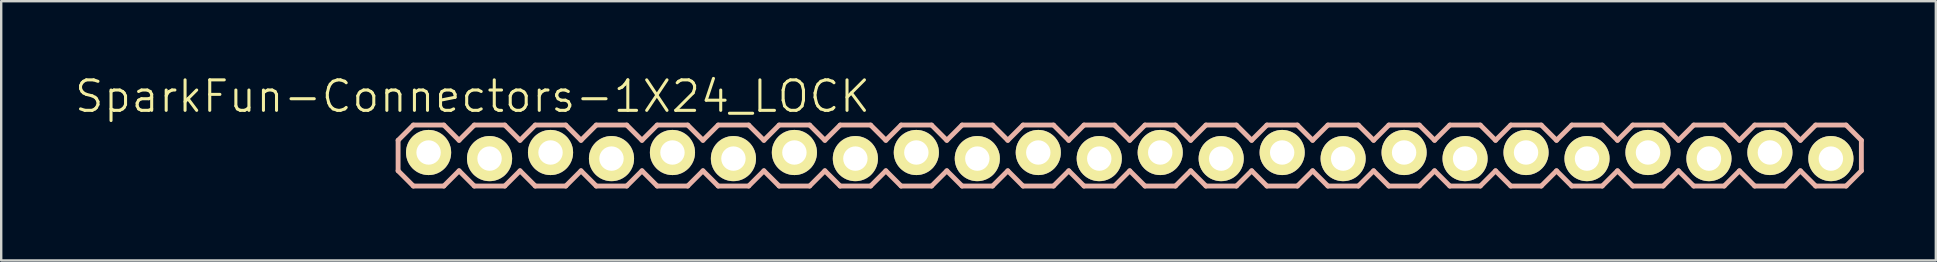
<source format=kicad_pcb>
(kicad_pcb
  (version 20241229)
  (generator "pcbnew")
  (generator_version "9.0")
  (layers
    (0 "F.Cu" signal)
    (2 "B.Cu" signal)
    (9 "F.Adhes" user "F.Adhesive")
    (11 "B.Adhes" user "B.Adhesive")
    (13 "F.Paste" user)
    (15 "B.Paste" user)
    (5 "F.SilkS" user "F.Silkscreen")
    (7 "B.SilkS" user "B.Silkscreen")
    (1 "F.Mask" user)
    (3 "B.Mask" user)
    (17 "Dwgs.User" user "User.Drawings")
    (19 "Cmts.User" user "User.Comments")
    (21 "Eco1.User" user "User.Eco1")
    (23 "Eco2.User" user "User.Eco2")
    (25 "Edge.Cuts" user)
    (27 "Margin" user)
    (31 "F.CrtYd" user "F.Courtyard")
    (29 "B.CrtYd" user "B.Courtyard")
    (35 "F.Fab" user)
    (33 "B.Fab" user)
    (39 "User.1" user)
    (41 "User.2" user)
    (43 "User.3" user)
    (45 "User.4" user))
  (footprint "SparkFun-Connectors-1X24_LOCK"
    (layer "F.Cu")
    (at 41.475 3.43)
    (property "Reference" "SparkFun-Connectors-1X24_LOCK" (at -24.841 -2.464 0) (layer "F.SilkS") (effects (font (size 1.27 1.27) (thickness 0.127))))
    (attr exclude_from_pos_files exclude_from_bom)
    (fp_line (start -26.924 -0.254) (end -26.416 -0.254) (stroke (width 0.066) (type solid)) (layer "F.SilkS"))
    (fp_line (start -26.924 0.254) (end -26.924 -0.254) (stroke (width 0.066) (type solid)) (layer "F.SilkS"))
    (fp_line (start -26.924 0.254) (end -26.416 0.254) (stroke (width 0.066) (type solid)) (layer "F.SilkS"))
    (fp_line (start -26.416 0.254) (end -26.416 -0.254) (stroke (width 0.066) (type solid)) (layer "F.SilkS"))
    (fp_line (start -24.384 -0.254) (end -23.876 -0.254) (stroke (width 0.066) (type solid)) (layer "F.SilkS"))
    (fp_line (start -24.384 0.254) (end -24.384 -0.254) (stroke (width 0.066) (type solid)) (layer "F.SilkS"))
    (fp_line (start -24.384 0.254) (end -23.876 0.254) (stroke (width 0.066) (type solid)) (layer "F.SilkS"))
    (fp_line (start -23.876 0.254) (end -23.876 -0.254) (stroke (width 0.066) (type solid)) (layer "F.SilkS"))
    (fp_line (start -21.844 -0.254) (end -21.336 -0.254) (stroke (width 0.066) (type solid)) (layer "F.SilkS"))
    (fp_line (start -21.844 0.254) (end -21.844 -0.254) (stroke (width 0.066) (type solid)) (layer "F.SilkS"))
    (fp_line (start -21.844 0.254) (end -21.336 0.254) (stroke (width 0.066) (type solid)) (layer "F.SilkS"))
    (fp_line (start -21.336 0.254) (end -21.336 -0.254) (stroke (width 0.066) (type solid)) (layer "F.SilkS"))
    (fp_line (start -19.304 -0.254) (end -18.796 -0.254) (stroke (width 0.066) (type solid)) (layer "F.SilkS"))
    (fp_line (start -19.304 0.254) (end -19.304 -0.254) (stroke (width 0.066) (type solid)) (layer "F.SilkS"))
    (fp_line (start -19.304 0.254) (end -18.796 0.254) (stroke (width 0.066) (type solid)) (layer "F.SilkS"))
    (fp_line (start -18.796 0.254) (end -18.796 -0.254) (stroke (width 0.066) (type solid)) (layer "F.SilkS"))
    (fp_line (start -16.764 -0.254) (end -16.256 -0.254) (stroke (width 0.066) (type solid)) (layer "F.SilkS"))
    (fp_line (start -16.764 0.254) (end -16.764 -0.254) (stroke (width 0.066) (type solid)) (layer "F.SilkS"))
    (fp_line (start -16.764 0.254) (end -16.256 0.254) (stroke (width 0.066) (type solid)) (layer "F.SilkS"))
    (fp_line (start -16.256 0.254) (end -16.256 -0.254) (stroke (width 0.066) (type solid)) (layer "F.SilkS"))
    (fp_line (start -14.224 -0.254) (end -13.716 -0.254) (stroke (width 0.066) (type solid)) (layer "F.SilkS"))
    (fp_line (start -14.224 0.254) (end -14.224 -0.254) (stroke (width 0.066) (type solid)) (layer "F.SilkS"))
    (fp_line (start -14.224 0.254) (end -13.716 0.254) (stroke (width 0.066) (type solid)) (layer "F.SilkS"))
    (fp_line (start -13.716 0.254) (end -13.716 -0.254) (stroke (width 0.066) (type solid)) (layer "F.SilkS"))
    (fp_line (start -11.684 -0.254) (end -11.176 -0.254) (stroke (width 0.066) (type solid)) (layer "F.SilkS"))
    (fp_line (start -11.684 0.254) (end -11.684 -0.254) (stroke (width 0.066) (type solid)) (layer "F.SilkS"))
    (fp_line (start -11.684 0.254) (end -11.176 0.254) (stroke (width 0.066) (type solid)) (layer "F.SilkS"))
    (fp_line (start -11.176 0.254) (end -11.176 -0.254) (stroke (width 0.066) (type solid)) (layer "F.SilkS"))
    (fp_line (start -9.144 -0.254) (end -8.636 -0.254) (stroke (width 0.066) (type solid)) (layer "F.SilkS"))
    (fp_line (start -9.144 0.254) (end -9.144 -0.254) (stroke (width 0.066) (type solid)) (layer "F.SilkS"))
    (fp_line (start -9.144 0.254) (end -8.636 0.254) (stroke (width 0.066) (type solid)) (layer "F.SilkS"))
    (fp_line (start -8.636 0.254) (end -8.636 -0.254) (stroke (width 0.066) (type solid)) (layer "F.SilkS"))
    (fp_line (start -6.604 -0.254) (end -6.096 -0.254) (stroke (width 0.066) (type solid)) (layer "F.SilkS"))
    (fp_line (start -6.604 0.254) (end -6.604 -0.254) (stroke (width 0.066) (type solid)) (layer "F.SilkS"))
    (fp_line (start -6.604 0.254) (end -6.096 0.254) (stroke (width 0.066) (type solid)) (layer "F.SilkS"))
    (fp_line (start -6.096 0.254) (end -6.096 -0.254) (stroke (width 0.066) (type solid)) (layer "F.SilkS"))
    (fp_line (start -4.064 -0.254) (end -3.556 -0.254) (stroke (width 0.066) (type solid)) (layer "F.SilkS"))
    (fp_line (start -4.064 0.254) (end -4.064 -0.254) (stroke (width 0.066) (type solid)) (layer "F.SilkS"))
    (fp_line (start -4.064 0.254) (end -3.556 0.254) (stroke (width 0.066) (type solid)) (layer "F.SilkS"))
    (fp_line (start -3.556 0.254) (end -3.556 -0.254) (stroke (width 0.066) (type solid)) (layer "F.SilkS"))
    (fp_line (start -1.524 -0.254) (end -1.016 -0.254) (stroke (width 0.066) (type solid)) (layer "F.SilkS"))
    (fp_line (start -1.524 0.254) (end -1.524 -0.254) (stroke (width 0.066) (type solid)) (layer "F.SilkS"))
    (fp_line (start -1.524 0.254) (end -1.016 0.254) (stroke (width 0.066) (type solid)) (layer "F.SilkS"))
    (fp_line (start -1.016 0.254) (end -1.016 -0.254) (stroke (width 0.066) (type solid)) (layer "F.SilkS"))
    (fp_line (start 1.016 -0.254) (end 1.524 -0.254) (stroke (width 0.066) (type solid)) (layer "F.SilkS"))
    (fp_line (start 1.016 0.254) (end 1.016 -0.254) (stroke (width 0.066) (type solid)) (layer "F.SilkS"))
    (fp_line (start 1.016 0.254) (end 1.524 0.254) (stroke (width 0.066) (type solid)) (layer "F.SilkS"))
    (fp_line (start 1.524 0.254) (end 1.524 -0.254) (stroke (width 0.066) (type solid)) (layer "F.SilkS"))
    (fp_line (start 3.556 -0.254) (end 4.064 -0.254) (stroke (width 0.066) (type solid)) (layer "F.SilkS"))
    (fp_line (start 3.556 0.254) (end 3.556 -0.254) (stroke (width 0.066) (type solid)) (layer "F.SilkS"))
    (fp_line (start 3.556 0.254) (end 4.064 0.254) (stroke (width 0.066) (type solid)) (layer "F.SilkS"))
    (fp_line (start 4.064 0.254) (end 4.064 -0.254) (stroke (width 0.066) (type solid)) (layer "F.SilkS"))
    (fp_line (start 6.096 -0.254) (end 6.604 -0.254) (stroke (width 0.066) (type solid)) (layer "F.SilkS"))
    (fp_line (start 6.096 0.254) (end 6.096 -0.254) (stroke (width 0.066) (type solid)) (layer "F.SilkS"))
    (fp_line (start 6.096 0.254) (end 6.604 0.254) (stroke (width 0.066) (type solid)) (layer "F.SilkS"))
    (fp_line (start 6.604 0.254) (end 6.604 -0.254) (stroke (width 0.066) (type solid)) (layer "F.SilkS"))
    (fp_line (start 8.636 -0.254) (end 9.144 -0.254) (stroke (width 0.066) (type solid)) (layer "F.SilkS"))
    (fp_line (start 8.636 0.254) (end 8.636 -0.254) (stroke (width 0.066) (type solid)) (layer "F.SilkS"))
    (fp_line (start 8.636 0.254) (end 9.144 0.254) (stroke (width 0.066) (type solid)) (layer "F.SilkS"))
    (fp_line (start 9.144 0.254) (end 9.144 -0.254) (stroke (width 0.066) (type solid)) (layer "F.SilkS"))
    (fp_line (start 11.176 -0.254) (end 11.684 -0.254) (stroke (width 0.066) (type solid)) (layer "F.SilkS"))
    (fp_line (start 11.176 0.254) (end 11.176 -0.254) (stroke (width 0.066) (type solid)) (layer "F.SilkS"))
    (fp_line (start 11.176 0.254) (end 11.684 0.254) (stroke (width 0.066) (type solid)) (layer "F.SilkS"))
    (fp_line (start 11.684 0.254) (end 11.684 -0.254) (stroke (width 0.066) (type solid)) (layer "F.SilkS"))
    (fp_line (start 13.716 -0.254) (end 14.224 -0.254) (stroke (width 0.066) (type solid)) (layer "F.SilkS"))
    (fp_line (start 13.716 0.254) (end 13.716 -0.254) (stroke (width 0.066) (type solid)) (layer "F.SilkS"))
    (fp_line (start 13.716 0.254) (end 14.224 0.254) (stroke (width 0.066) (type solid)) (layer "F.SilkS"))
    (fp_line (start 14.224 0.254) (end 14.224 -0.254) (stroke (width 0.066) (type solid)) (layer "F.SilkS"))
    (fp_line (start 16.256 -0.254) (end 16.764 -0.254) (stroke (width 0.066) (type solid)) (layer "F.SilkS"))
    (fp_line (start 16.256 0.254) (end 16.256 -0.254) (stroke (width 0.066) (type solid)) (layer "F.SilkS"))
    (fp_line (start 16.256 0.254) (end 16.764 0.254) (stroke (width 0.066) (type solid)) (layer "F.SilkS"))
    (fp_line (start 16.764 0.254) (end 16.764 -0.254) (stroke (width 0.066) (type solid)) (layer "F.SilkS"))
    (fp_line (start 18.796 -0.254) (end 19.304 -0.254) (stroke (width 0.066) (type solid)) (layer "F.SilkS"))
    (fp_line (start 18.796 0.254) (end 18.796 -0.254) (stroke (width 0.066) (type solid)) (layer "F.SilkS"))
    (fp_line (start 18.796 0.254) (end 19.304 0.254) (stroke (width 0.066) (type solid)) (layer "F.SilkS"))
    (fp_line (start 19.304 0.254) (end 19.304 -0.254) (stroke (width 0.066) (type solid)) (layer "F.SilkS"))
    (fp_line (start 21.336 -0.254) (end 21.844 -0.254) (stroke (width 0.066) (type solid)) (layer "F.SilkS"))
    (fp_line (start 21.336 0.254) (end 21.336 -0.254) (stroke (width 0.066) (type solid)) (layer "F.SilkS"))
    (fp_line (start 21.336 0.254) (end 21.844 0.254) (stroke (width 0.066) (type solid)) (layer "F.SilkS"))
    (fp_line (start 21.844 0.254) (end 21.844 -0.254) (stroke (width 0.066) (type solid)) (layer "F.SilkS"))
    (fp_line (start 23.876 -0.254) (end 24.384 -0.254) (stroke (width 0.066) (type solid)) (layer "F.SilkS"))
    (fp_line (start 23.876 0.254) (end 23.876 -0.254) (stroke (width 0.066) (type solid)) (layer "F.SilkS"))
    (fp_line (start 23.876 0.254) (end 24.384 0.254) (stroke (width 0.066) (type solid)) (layer "F.SilkS"))
    (fp_line (start 24.384 0.254) (end 24.384 -0.254) (stroke (width 0.066) (type solid)) (layer "F.SilkS"))
    (fp_line (start 26.416 -0.254) (end 26.924 -0.254) (stroke (width 0.066) (type solid)) (layer "F.SilkS"))
    (fp_line (start 26.416 0.254) (end 26.416 -0.254) (stroke (width 0.066) (type solid)) (layer "F.SilkS"))
    (fp_line (start 26.416 0.254) (end 26.924 0.254) (stroke (width 0.066) (type solid)) (layer "F.SilkS"))
    (fp_line (start 26.924 0.254) (end 26.924 -0.254) (stroke (width 0.066) (type solid)) (layer "F.SilkS"))
    (fp_line (start 28.953 -0.254) (end 29.464 -0.254) (stroke (width 0.066) (type solid)) (layer "F.SilkS"))
    (fp_line (start 28.953 0.254) (end 28.953 -0.254) (stroke (width 0.066) (type solid)) (layer "F.SilkS"))
    (fp_line (start 28.953 0.254) (end 29.464 0.254) (stroke (width 0.066) (type solid)) (layer "F.SilkS"))
    (fp_line (start 29.464 0.254) (end 29.464 -0.254) (stroke (width 0.066) (type solid)) (layer "F.SilkS"))
    (fp_line (start 31.496 -0.254) (end 32.004 -0.254) (stroke (width 0.066) (type solid)) (layer "F.SilkS"))
    (fp_line (start 31.496 0.254) (end 31.496 -0.254) (stroke (width 0.066) (type solid)) (layer "F.SilkS"))
    (fp_line (start 31.496 0.254) (end 32.004 0.254) (stroke (width 0.066) (type solid)) (layer "F.SilkS"))
    (fp_line (start 32.004 0.254) (end 32.004 -0.254) (stroke (width 0.066) (type solid)) (layer "F.SilkS"))
    (fp_line (start -27.94 -0.635) (end -27.94 0.635) (stroke (width 0.203) (type solid)) (layer "B.SilkS"))
    (fp_line (start -27.94 -0.635) (end -27.305 -1.27) (stroke (width 0.203) (type solid)) (layer "B.SilkS"))
    (fp_line (start -27.305 -1.27) (end -26.035 -1.27) (stroke (width 0.203) (type solid)) (layer "B.SilkS"))
    (fp_line (start -27.305 1.27) (end -27.94 0.635) (stroke (width 0.203) (type solid)) (layer "B.SilkS"))
    (fp_line (start -26.035 -1.27) (end -25.4 -0.635) (stroke (width 0.203) (type solid)) (layer "B.SilkS"))
    (fp_line (start -26.035 1.27) (end -27.305 1.27) (stroke (width 0.203) (type solid)) (layer "B.SilkS"))
    (fp_line (start -25.4 -0.635) (end -24.765 -1.27) (stroke (width 0.203) (type solid)) (layer "B.SilkS"))
    (fp_line (start -25.4 0.635) (end -26.035 1.27) (stroke (width 0.203) (type solid)) (layer "B.SilkS"))
    (fp_line (start -24.765 -1.27) (end -23.495 -1.27) (stroke (width 0.203) (type solid)) (layer "B.SilkS"))
    (fp_line (start -24.765 1.27) (end -25.4 0.635) (stroke (width 0.203) (type solid)) (layer "B.SilkS"))
    (fp_line (start -23.495 -1.27) (end -22.86 -0.635) (stroke (width 0.203) (type solid)) (layer "B.SilkS"))
    (fp_line (start -23.495 1.27) (end -24.765 1.27) (stroke (width 0.203) (type solid)) (layer "B.SilkS"))
    (fp_line (start -22.86 0.635) (end -23.495 1.27) (stroke (width 0.203) (type solid)) (layer "B.SilkS"))
    (fp_line (start -22.86 0.635) (end -22.225 1.27) (stroke (width 0.203) (type solid)) (layer "B.SilkS"))
    (fp_line (start -22.225 -1.27) (end -22.86 -0.635) (stroke (width 0.203) (type solid)) (layer "B.SilkS"))
    (fp_line (start -22.225 -1.27) (end -20.955 -1.27) (stroke (width 0.203) (type solid)) (layer "B.SilkS"))
    (fp_line (start -20.955 -1.27) (end -20.32 -0.635) (stroke (width 0.203) (type solid)) (layer "B.SilkS"))
    (fp_line (start -20.955 1.27) (end -22.225 1.27) (stroke (width 0.203) (type solid)) (layer "B.SilkS"))
    (fp_line (start -20.32 -0.635) (end -19.685 -1.27) (stroke (width 0.203) (type solid)) (layer "B.SilkS"))
    (fp_line (start -20.32 0.635) (end -20.955 1.27) (stroke (width 0.203) (type solid)) (layer "B.SilkS"))
    (fp_line (start -19.685 -1.27) (end -18.415 -1.27) (stroke (width 0.203) (type solid)) (layer "B.SilkS"))
    (fp_line (start -19.685 1.27) (end -20.32 0.635) (stroke (width 0.203) (type solid)) (layer "B.SilkS"))
    (fp_line (start -18.415 -1.27) (end -17.78 -0.635) (stroke (width 0.203) (type solid)) (layer "B.SilkS"))
    (fp_line (start -18.415 1.27) (end -19.685 1.27) (stroke (width 0.203) (type solid)) (layer "B.SilkS"))
    (fp_line (start -17.78 -0.635) (end -17.145 -1.27) (stroke (width 0.203) (type solid)) (layer "B.SilkS"))
    (fp_line (start -17.78 0.635) (end -18.415 1.27) (stroke (width 0.203) (type solid)) (layer "B.SilkS"))
    (fp_line (start -17.145 -1.27) (end -15.875 -1.27) (stroke (width 0.203) (type solid)) (layer "B.SilkS"))
    (fp_line (start -17.145 1.27) (end -17.78 0.635) (stroke (width 0.203) (type solid)) (layer "B.SilkS"))
    (fp_line (start -15.875 -1.27) (end -15.24 -0.635) (stroke (width 0.203) (type solid)) (layer "B.SilkS"))
    (fp_line (start -15.875 1.27) (end -17.145 1.27) (stroke (width 0.203) (type solid)) (layer "B.SilkS"))
    (fp_line (start -15.24 0.635) (end -15.875 1.27) (stroke (width 0.203) (type solid)) (layer "B.SilkS"))
    (fp_line (start -15.24 0.635) (end -14.605 1.27) (stroke (width 0.203) (type solid)) (layer "B.SilkS"))
    (fp_line (start -14.605 -1.27) (end -15.24 -0.635) (stroke (width 0.203) (type solid)) (layer "B.SilkS"))
    (fp_line (start -14.605 -1.27) (end -13.335 -1.27) (stroke (width 0.203) (type solid)) (layer "B.SilkS"))
    (fp_line (start -13.335 -1.27) (end -12.7 -0.635) (stroke (width 0.203) (type solid)) (layer "B.SilkS"))
    (fp_line (start -13.335 1.27) (end -14.605 1.27) (stroke (width 0.203) (type solid)) (layer "B.SilkS"))
    (fp_line (start -12.7 0.635) (end -13.335 1.27) (stroke (width 0.203) (type solid)) (layer "B.SilkS"))
    (fp_line (start -12.7 0.635) (end -12.065 1.27) (stroke (width 0.203) (type solid)) (layer "B.SilkS"))
    (fp_line (start -12.065 -1.27) (end -12.7 -0.635) (stroke (width 0.203) (type solid)) (layer "B.SilkS"))
    (fp_line (start -12.065 -1.27) (end -10.795 -1.27) (stroke (width 0.203) (type solid)) (layer "B.SilkS"))
    (fp_line (start -10.795 -1.27) (end -10.16 -0.635) (stroke (width 0.203) (type solid)) (layer "B.SilkS"))
    (fp_line (start -10.795 1.27) (end -12.065 1.27) (stroke (width 0.203) (type solid)) (layer "B.SilkS"))
    (fp_line (start -10.16 -0.635) (end -9.525 -1.27) (stroke (width 0.203) (type solid)) (layer "B.SilkS"))
    (fp_line (start -10.16 0.635) (end -10.795 1.27) (stroke (width 0.203) (type solid)) (layer "B.SilkS"))
    (fp_line (start -9.525 -1.27) (end -8.255 -1.27) (stroke (width 0.203) (type solid)) (layer "B.SilkS"))
    (fp_line (start -9.525 1.27) (end -10.16 0.635) (stroke (width 0.203) (type solid)) (layer "B.SilkS"))
    (fp_line (start -8.255 -1.27) (end -7.62 -0.635) (stroke (width 0.203) (type solid)) (layer "B.SilkS"))
    (fp_line (start -8.255 1.27) (end -9.525 1.27) (stroke (width 0.203) (type solid)) (layer "B.SilkS"))
    (fp_line (start -7.62 -0.635) (end -6.985 -1.27) (stroke (width 0.203) (type solid)) (layer "B.SilkS"))
    (fp_line (start -7.62 0.635) (end -8.255 1.27) (stroke (width 0.203) (type solid)) (layer "B.SilkS"))
    (fp_line (start -6.985 -1.27) (end -5.715 -1.27) (stroke (width 0.203) (type solid)) (layer "B.SilkS"))
    (fp_line (start -6.985 1.27) (end -7.62 0.635) (stroke (width 0.203) (type solid)) (layer "B.SilkS"))
    (fp_line (start -5.715 -1.27) (end -5.08 -0.635) (stroke (width 0.203) (type solid)) (layer "B.SilkS"))
    (fp_line (start -5.715 1.27) (end -6.985 1.27) (stroke (width 0.203) (type solid)) (layer "B.SilkS"))
    (fp_line (start -5.08 0.635) (end -5.715 1.27) (stroke (width 0.203) (type solid)) (layer "B.SilkS"))
    (fp_line (start -5.08 0.635) (end -4.445 1.27) (stroke (width 0.203) (type solid)) (layer "B.SilkS"))
    (fp_line (start -4.445 -1.27) (end -5.08 -0.635) (stroke (width 0.203) (type solid)) (layer "B.SilkS"))
    (fp_line (start -4.445 -1.27) (end -3.175 -1.27) (stroke (width 0.203) (type solid)) (layer "B.SilkS"))
    (fp_line (start -3.175 -1.27) (end -2.54 -0.635) (stroke (width 0.203) (type solid)) (layer "B.SilkS"))
    (fp_line (start -3.175 1.27) (end -4.445 1.27) (stroke (width 0.203) (type solid)) (layer "B.SilkS"))
    (fp_line (start -2.54 -0.635) (end -1.905 -1.27) (stroke (width 0.203) (type solid)) (layer "B.SilkS"))
    (fp_line (start -2.54 0.635) (end -3.175 1.27) (stroke (width 0.203) (type solid)) (layer "B.SilkS"))
    (fp_line (start -1.905 -1.27) (end -0.635 -1.27) (stroke (width 0.203) (type solid)) (layer "B.SilkS"))
    (fp_line (start -1.905 1.27) (end -2.54 0.635) (stroke (width 0.203) (type solid)) (layer "B.SilkS"))
    (fp_line (start -0.635 -1.27) (end 0 -0.635) (stroke (width 0.203) (type solid)) (layer "B.SilkS"))
    (fp_line (start -0.635 1.27) (end -1.905 1.27) (stroke (width 0.203) (type solid)) (layer "B.SilkS"))
    (fp_line (start 0 -0.635) (end 0.635 -1.27) (stroke (width 0.203) (type solid)) (layer "B.SilkS"))
    (fp_line (start 0 0.635) (end -0.635 1.27) (stroke (width 0.203) (type solid)) (layer "B.SilkS"))
    (fp_line (start 0.635 -1.27) (end 1.905 -1.27) (stroke (width 0.203) (type solid)) (layer "B.SilkS"))
    (fp_line (start 0.635 1.27) (end 0 0.635) (stroke (width 0.203) (type solid)) (layer "B.SilkS"))
    (fp_line (start 1.905 -1.27) (end 2.54 -0.635) (stroke (width 0.203) (type solid)) (layer "B.SilkS"))
    (fp_line (start 1.905 1.27) (end 0.635 1.27) (stroke (width 0.203) (type solid)) (layer "B.SilkS"))
    (fp_line (start 2.54 0.635) (end 1.905 1.27) (stroke (width 0.203) (type solid)) (layer "B.SilkS"))
    (fp_line (start 2.54 0.635) (end 3.175 1.27) (stroke (width 0.203) (type solid)) (layer "B.SilkS"))
    (fp_line (start 3.175 -1.27) (end 2.54 -0.635) (stroke (width 0.203) (type solid)) (layer "B.SilkS"))
    (fp_line (start 3.175 -1.27) (end 4.445 -1.27) (stroke (width 0.203) (type solid)) (layer "B.SilkS"))
    (fp_line (start 4.445 -1.27) (end 5.08 -0.635) (stroke (width 0.203) (type solid)) (layer "B.SilkS"))
    (fp_line (start 4.445 1.27) (end 3.175 1.27) (stroke (width 0.203) (type solid)) (layer "B.SilkS"))
    (fp_line (start 5.08 0.635) (end 4.445 1.27) (stroke (width 0.203) (type solid)) (layer "B.SilkS"))
    (fp_line (start 5.08 0.635) (end 5.715 1.27) (stroke (width 0.203) (type solid)) (layer "B.SilkS"))
    (fp_line (start 5.715 -1.27) (end 5.08 -0.635) (stroke (width 0.203) (type solid)) (layer "B.SilkS"))
    (fp_line (start 5.715 -1.27) (end 6.985 -1.27) (stroke (width 0.203) (type solid)) (layer "B.SilkS"))
    (fp_line (start 6.985 -1.27) (end 7.62 -0.635) (stroke (width 0.203) (type solid)) (layer "B.SilkS"))
    (fp_line (start 6.985 1.27) (end 5.715 1.27) (stroke (width 0.203) (type solid)) (layer "B.SilkS"))
    (fp_line (start 7.62 0.635) (end 6.985 1.27) (stroke (width 0.203) (type solid)) (layer "B.SilkS"))
    (fp_line (start 7.62 0.635) (end 8.255 1.27) (stroke (width 0.203) (type solid)) (layer "B.SilkS"))
    (fp_line (start 8.255 -1.27) (end 7.62 -0.635) (stroke (width 0.203) (type solid)) (layer "B.SilkS"))
    (fp_line (start 8.255 -1.27) (end 9.525 -1.27) (stroke (width 0.203) (type solid)) (layer "B.SilkS"))
    (fp_line (start 9.525 -1.27) (end 10.16 -0.635) (stroke (width 0.203) (type solid)) (layer "B.SilkS"))
    (fp_line (start 9.525 1.27) (end 8.255 1.27) (stroke (width 0.203) (type solid)) (layer "B.SilkS"))
    (fp_line (start 10.16 0.635) (end 9.525 1.27) (stroke (width 0.203) (type solid)) (layer "B.SilkS"))
    (fp_line (start 10.16 0.635) (end 10.795 1.27) (stroke (width 0.203) (type solid)) (layer "B.SilkS"))
    (fp_line (start 10.795 -1.27) (end 10.16 -0.635) (stroke (width 0.203) (type solid)) (layer "B.SilkS"))
    (fp_line (start 10.795 -1.27) (end 12.065 -1.27) (stroke (width 0.203) (type solid)) (layer "B.SilkS"))
    (fp_line (start 12.065 -1.27) (end 12.7 -0.635) (stroke (width 0.203) (type solid)) (layer "B.SilkS"))
    (fp_line (start 12.065 1.27) (end 10.795 1.27) (stroke (width 0.203) (type solid)) (layer "B.SilkS"))
    (fp_line (start 12.7 0.635) (end 12.065 1.27) (stroke (width 0.203) (type solid)) (layer "B.SilkS"))
    (fp_line (start 12.7 0.635) (end 13.335 1.27) (stroke (width 0.203) (type solid)) (layer "B.SilkS"))
    (fp_line (start 13.335 -1.27) (end 12.7 -0.635) (stroke (width 0.203) (type solid)) (layer "B.SilkS"))
    (fp_line (start 13.335 -1.27) (end 14.605 -1.27) (stroke (width 0.203) (type solid)) (layer "B.SilkS"))
    (fp_line (start 14.605 -1.27) (end 15.24 -0.635) (stroke (width 0.203) (type solid)) (layer "B.SilkS"))
    (fp_line (start 14.605 1.27) (end 13.335 1.27) (stroke (width 0.203) (type solid)) (layer "B.SilkS"))
    (fp_line (start 15.24 0.635) (end 14.605 1.27) (stroke (width 0.203) (type solid)) (layer "B.SilkS"))
    (fp_line (start 15.24 0.635) (end 15.875 1.27) (stroke (width 0.203) (type solid)) (layer "B.SilkS"))
    (fp_line (start 15.875 -1.27) (end 15.24 -0.635) (stroke (width 0.203) (type solid)) (layer "B.SilkS"))
    (fp_line (start 15.875 -1.27) (end 17.145 -1.27) (stroke (width 0.203) (type solid)) (layer "B.SilkS"))
    (fp_line (start 17.145 -1.27) (end 17.78 -0.635) (stroke (width 0.203) (type solid)) (layer "B.SilkS"))
    (fp_line (start 17.145 1.27) (end 15.875 1.27) (stroke (width 0.203) (type solid)) (layer "B.SilkS"))
    (fp_line (start 17.78 0.635) (end 17.145 1.27) (stroke (width 0.203) (type solid)) (layer "B.SilkS"))
    (fp_line (start 17.78 0.635) (end 18.415 1.27) (stroke (width 0.203) (type solid)) (layer "B.SilkS"))
    (fp_line (start 18.415 -1.27) (end 17.78 -0.635) (stroke (width 0.203) (type solid)) (layer "B.SilkS"))
    (fp_line (start 18.415 -1.27) (end 19.685 -1.27) (stroke (width 0.203) (type solid)) (layer "B.SilkS"))
    (fp_line (start 19.685 -1.27) (end 20.32 -0.635) (stroke (width 0.203) (type solid)) (layer "B.SilkS"))
    (fp_line (start 19.685 1.27) (end 18.415 1.27) (stroke (width 0.203) (type solid)) (layer "B.SilkS"))
    (fp_line (start 20.32 0.635) (end 19.685 1.27) (stroke (width 0.203) (type solid)) (layer "B.SilkS"))
    (fp_line (start 20.32 0.635) (end 20.955 1.27) (stroke (width 0.203) (type solid)) (layer "B.SilkS"))
    (fp_line (start 20.955 -1.27) (end 20.32 -0.635) (stroke (width 0.203) (type solid)) (layer "B.SilkS"))
    (fp_line (start 20.955 -1.27) (end 22.225 -1.27) (stroke (width 0.203) (type solid)) (layer "B.SilkS"))
    (fp_line (start 22.225 -1.27) (end 22.86 -0.635) (stroke (width 0.203) (type solid)) (layer "B.SilkS"))
    (fp_line (start 22.225 1.27) (end 20.955 1.27) (stroke (width 0.203) (type solid)) (layer "B.SilkS"))
    (fp_line (start 22.86 0.635) (end 22.225 1.27) (stroke (width 0.203) (type solid)) (layer "B.SilkS"))
    (fp_line (start 22.86 0.635) (end 23.495 1.27) (stroke (width 0.203) (type solid)) (layer "B.SilkS"))
    (fp_line (start 23.495 -1.27) (end 22.86 -0.635) (stroke (width 0.203) (type solid)) (layer "B.SilkS"))
    (fp_line (start 23.495 -1.27) (end 24.765 -1.27) (stroke (width 0.203) (type solid)) (layer "B.SilkS"))
    (fp_line (start 24.765 -1.27) (end 25.4 -0.635) (stroke (width 0.203) (type solid)) (layer "B.SilkS"))
    (fp_line (start 24.765 1.27) (end 23.495 1.27) (stroke (width 0.203) (type solid)) (layer "B.SilkS"))
    (fp_line (start 25.4 0.635) (end 24.765 1.27) (stroke (width 0.203) (type solid)) (layer "B.SilkS"))
    (fp_line (start 25.4 0.635) (end 26.035 1.27) (stroke (width 0.203) (type solid)) (layer "B.SilkS"))
    (fp_line (start 26.035 -1.27) (end 25.4 -0.635) (stroke (width 0.203) (type solid)) (layer "B.SilkS"))
    (fp_line (start 26.035 -1.27) (end 27.305 -1.27) (stroke (width 0.203) (type solid)) (layer "B.SilkS"))
    (fp_line (start 27.305 -1.27) (end 27.94 -0.635) (stroke (width 0.203) (type solid)) (layer "B.SilkS"))
    (fp_line (start 27.305 1.27) (end 26.035 1.27) (stroke (width 0.203) (type solid)) (layer "B.SilkS"))
    (fp_line (start 27.94 0.635) (end 27.305 1.27) (stroke (width 0.203) (type solid)) (layer "B.SilkS"))
    (fp_line (start 27.94 0.635) (end 28.575 1.27) (stroke (width 0.203) (type solid)) (layer "B.SilkS"))
    (fp_line (start 28.575 -1.27) (end 27.94 -0.635) (stroke (width 0.203) (type solid)) (layer "B.SilkS"))
    (fp_line (start 28.575 -1.27) (end 29.845 -1.27) (stroke (width 0.203) (type solid)) (layer "B.SilkS"))
    (fp_line (start 29.845 -1.27) (end 30.48 -0.635) (stroke (width 0.203) (type solid)) (layer "B.SilkS"))
    (fp_line (start 29.845 1.27) (end 28.575 1.27) (stroke (width 0.203) (type solid)) (layer "B.SilkS"))
    (fp_line (start 30.48 0.635) (end 29.845 1.27) (stroke (width 0.203) (type solid)) (layer "B.SilkS"))
    (fp_line (start 30.48 0.635) (end 31.115 1.27) (stroke (width 0.203) (type solid)) (layer "B.SilkS"))
    (fp_line (start 31.115 -1.27) (end 30.48 -0.635) (stroke (width 0.203) (type solid)) (layer "B.SilkS"))
    (fp_line (start 31.115 -1.27) (end 32.385 -1.27) (stroke (width 0.203) (type solid)) (layer "B.SilkS"))
    (fp_line (start 32.385 -1.27) (end 33.02 -0.635) (stroke (width 0.203) (type solid)) (layer "B.SilkS"))
    (fp_line (start 32.385 1.27) (end 31.115 1.27) (stroke (width 0.203) (type solid)) (layer "B.SilkS"))
    (fp_line (start 33.02 -0.635) (end 33.02 0.635) (stroke (width 0.203) (type solid)) (layer "B.SilkS"))
    (fp_line (start 33.02 0.635) (end 32.385 1.27) (stroke (width 0.203) (type solid)) (layer "B.SilkS"))
    (pad "2" thru_hole circle (at -26.67 -0.127) (size 1.88 1.88) (drill 1.016) (layers "*.Cu" "F.Mask" "F.SilkS" "F.Paste"))
    (pad "3" thru_hole circle (at -24.13 0.127) (size 1.88 1.88) (drill 1.016) (layers "*.Cu" "F.Mask" "F.SilkS" "F.Paste"))
    (pad "4" thru_hole circle (at -21.59 -0.127) (size 1.88 1.88) (drill 1.016) (layers "*.Cu" "F.Mask" "F.SilkS" "F.Paste"))
    (pad "5" thru_hole circle (at -19.05 0.127) (size 1.88 1.88) (drill 1.016) (layers "*.Cu" "F.Mask" "F.SilkS" "F.Paste"))
    (pad "6" thru_hole circle (at -16.51 -0.127) (size 1.88 1.88) (drill 1.016) (layers "*.Cu" "F.Mask" "F.SilkS" "F.Paste"))
    (pad "7" thru_hole circle (at -13.97 0.127) (size 1.88 1.88) (drill 1.016) (layers "*.Cu" "F.Mask" "F.SilkS" "F.Paste"))
    (pad "8" thru_hole circle (at -11.43 -0.127) (size 1.88 1.88) (drill 1.016) (layers "*.Cu" "F.Mask" "F.SilkS" "F.Paste"))
    (pad "9" thru_hole circle (at -8.89 0.127) (size 1.88 1.88) (drill 1.016) (layers "*.Cu" "F.Mask" "F.SilkS" "F.Paste"))
    (pad "10" thru_hole circle (at -6.35 -0.127) (size 1.88 1.88) (drill 1.016) (layers "*.Cu" "F.Mask" "F.SilkS" "F.Paste"))
    (pad "11" thru_hole circle (at -3.81 0.127) (size 1.88 1.88) (drill 1.016) (layers "*.Cu" "F.Mask" "F.SilkS" "F.Paste"))
    (pad "12" thru_hole circle (at -1.27 -0.127) (size 1.88 1.88) (drill 1.016) (layers "*.Cu" "F.Mask" "F.SilkS" "F.Paste"))
    (pad "13" thru_hole circle (at 1.27 0.127) (size 1.88 1.88) (drill 1.016) (layers "*.Cu" "F.Mask" "F.SilkS" "F.Paste"))
    (pad "14" thru_hole circle (at 3.81 -0.127) (size 1.88 1.88) (drill 1.016) (layers "*.Cu" "F.Mask" "F.SilkS" "F.Paste"))
    (pad "15" thru_hole circle (at 6.35 0.127) (size 1.88 1.88) (drill 1.016) (layers "*.Cu" "F.Mask" "F.SilkS" "F.Paste"))
    (pad "16" thru_hole circle (at 8.89 -0.127) (size 1.88 1.88) (drill 1.016) (layers "*.Cu" "F.Mask" "F.SilkS" "F.Paste"))
    (pad "17" thru_hole circle (at 11.43 0.127) (size 1.88 1.88) (drill 1.016) (layers "*.Cu" "F.Mask" "F.SilkS" "F.Paste"))
    (pad "18" thru_hole circle (at 13.97 -0.127) (size 1.88 1.88) (drill 1.016) (layers "*.Cu" "F.Mask" "F.SilkS" "F.Paste"))
    (pad "19" thru_hole circle (at 16.51 0.127) (size 1.88 1.88) (drill 1.016) (layers "*.Cu" "F.Mask" "F.SilkS" "F.Paste"))
    (pad "20" thru_hole circle (at 19.05 -0.127) (size 1.88 1.88) (drill 1.016) (layers "*.Cu" "F.Mask" "F.SilkS" "F.Paste"))
    (pad "21" thru_hole circle (at 21.59 0.127) (size 1.88 1.88) (drill 1.016) (layers "*.Cu" "F.Mask" "F.SilkS" "F.Paste"))
    (pad "22" thru_hole circle (at 24.13 -0.127) (size 1.88 1.88) (drill 1.016) (layers "*.Cu" "F.Mask" "F.SilkS" "F.Paste"))
    (pad "23" thru_hole circle (at 26.67 0.127) (size 1.88 1.88) (drill 1.016) (layers "*.Cu" "F.Mask" "F.SilkS" "F.Paste"))
    (pad "24" thru_hole circle (at 29.21 -0.127) (size 1.88 1.88) (drill 1.016) (layers "*.Cu" "F.Mask" "F.SilkS" "F.Paste"))
    (pad "25" thru_hole circle (at 31.75 0.127) (size 1.88 1.88) (drill 1.016) (layers "*.Cu" "F.Mask" "F.SilkS" "F.Paste")))
  (gr_rect
    (start -3 -3)
    (end 77.597 7.801)
    (stroke (width 0.1) (type default))
    (fill no)
    (layer "Edge.Cuts")))
</source>
